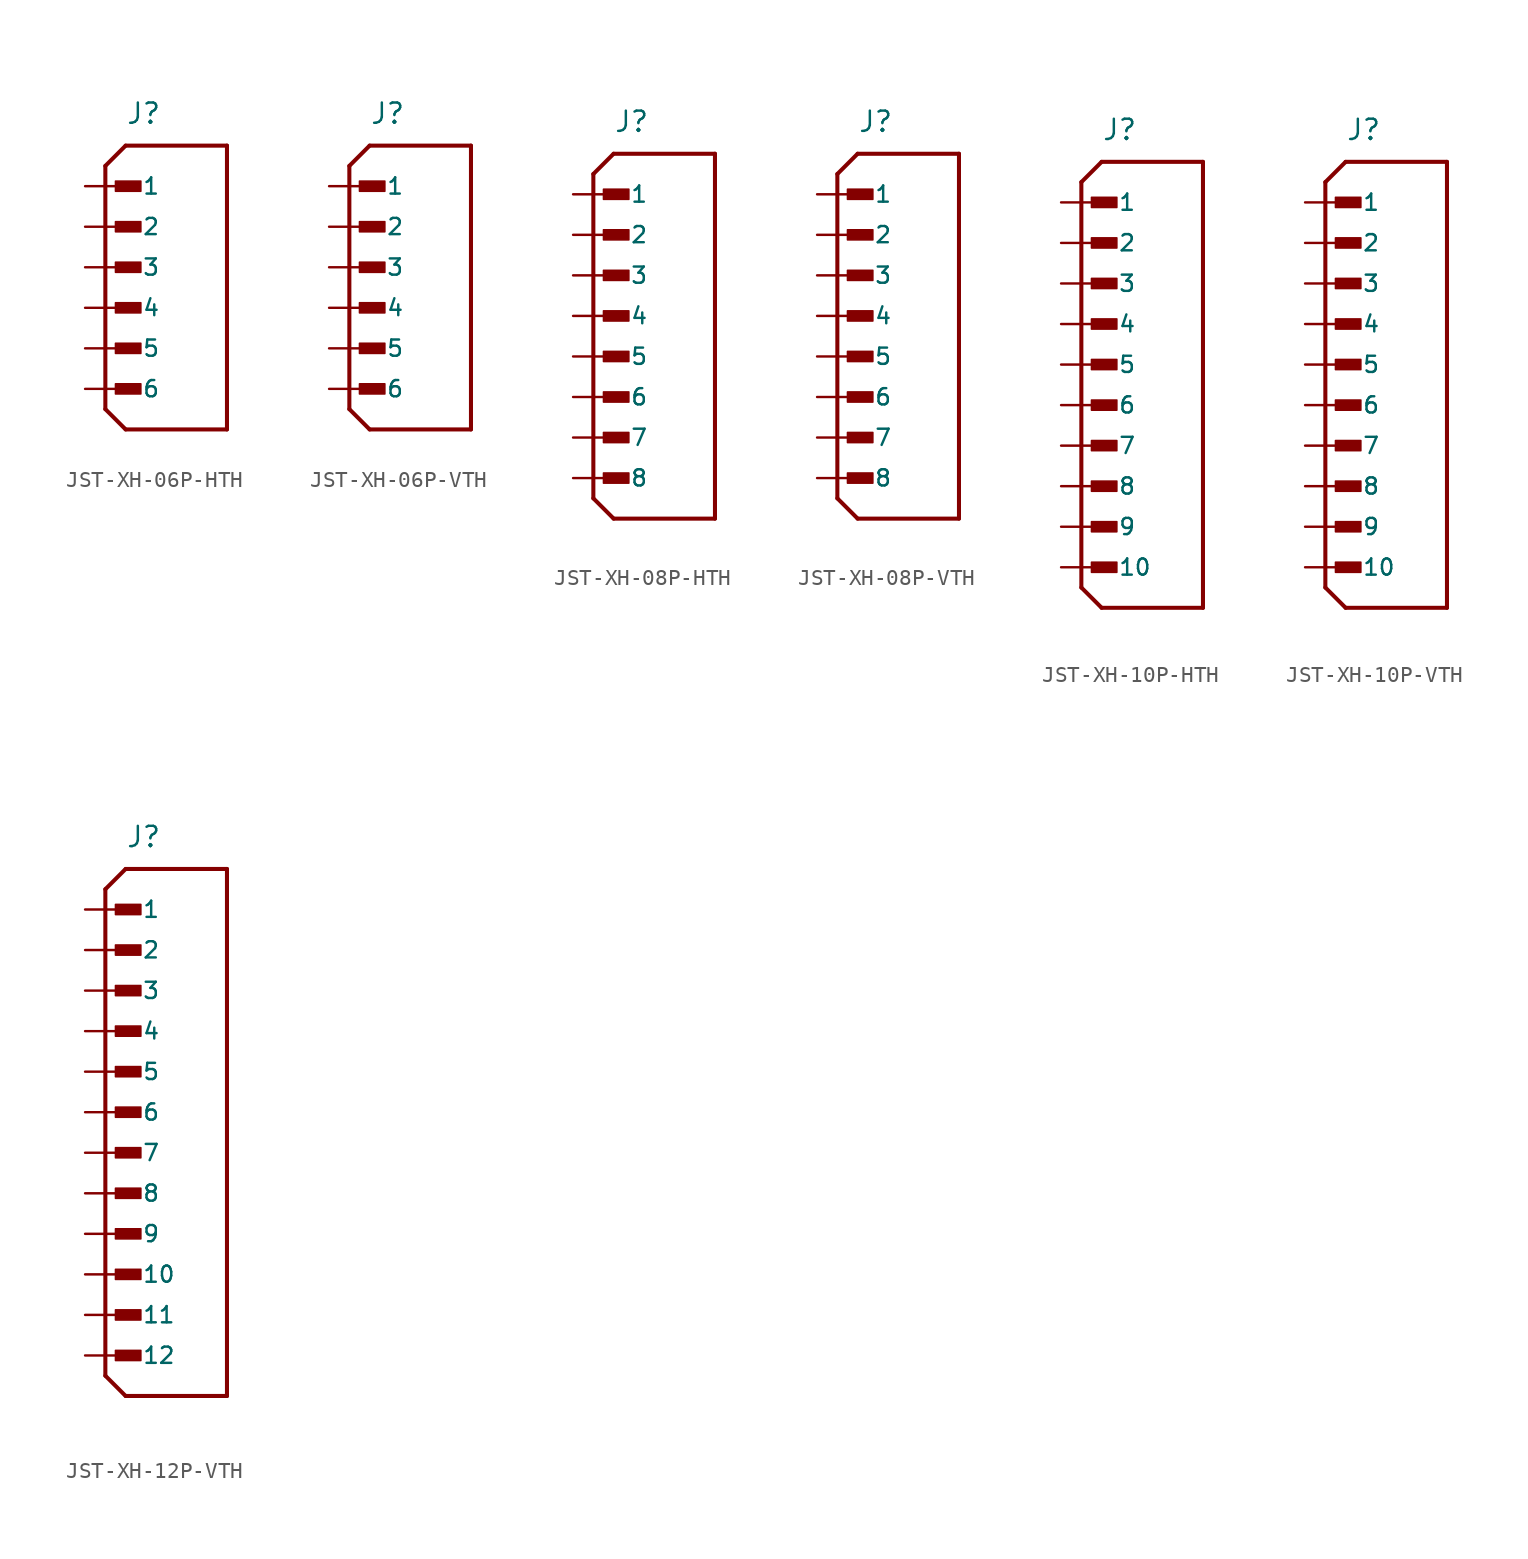
<source format=kicad_sym>
(kicad_symbol_lib
  (version 20231120)
  (generator "kicad_symbol_editor")
  (generator_version "8.0")
  (symbol "JST-XH-06P-HTH"
    (pin_numbers hide)
    (pin_names
      (offset 1.016))
    (property "Reference" "J"
      (at 2.54 3.81 0)
      (effects (font (size 1.27 1.27)) (justify left bottom)))
    (symbol "JST-XH-06P-HTH_0_0"
      (polyline (pts (xy 1.27 -13.97) (xy 2.54 -15.24)) (stroke (width 0.254) (type default)) (fill (type none)))
      (polyline (pts (xy 1.27 1.27) (xy 1.27 -13.97)) (stroke (width 0.254) (type default)) (fill (type none)))
      (polyline (pts (xy 1.27 1.27) (xy 2.54 2.54)) (stroke (width 0.254) (type default)) (fill (type none)))
      (polyline (pts (xy 2.54 -15.24) (xy 8.89 -15.24)) (stroke (width 0.254) (type default)) (fill (type none)))
      (polyline (pts (xy 8.89 -15.24) (xy 8.89 2.54)) (stroke (width 0.254) (type default)) (fill (type none)))
      (polyline (pts (xy 8.89 2.54) (xy 2.54 2.54)) (stroke (width 0.254) (type default)) (fill (type none)))
      (rectangle (start 1.905 -13.018) (end 3.493 -12.383) (stroke (width 0.1) (type default)) (fill (type outline)))
      (rectangle (start 1.905 -10.477) (end 3.493 -9.842) (stroke (width 0.1) (type default)) (fill (type outline)))
      (rectangle (start 1.905 -7.938) (end 3.493 -7.303) (stroke (width 0.1) (type default)) (fill (type outline)))
      (rectangle (start 1.905 -5.397) (end 3.493 -4.763) (stroke (width 0.1) (type default)) (fill (type outline)))
      (rectangle (start 1.905 -2.857) (end 3.493 -2.223) (stroke (width 0.1) (type default)) (fill (type outline)))
      (rectangle (start 1.905 -0.318) (end 3.493 0.318) (stroke (width 0.1) (type default)) (fill (type outline)))
      (pin passive line (at 0 0 0) (length 2.54) (name "1" (effects (font (size 1.016 1.016)))) (number "1" (effects (font (size 1.016 1.016)))))
      (pin passive line (at 0 -2.54 0) (length 2.54) (name "2" (effects (font (size 1.016 1.016)))) (number "2" (effects (font (size 1.016 1.016)))))
      (pin passive line (at 0 -5.08 0) (length 2.54) (name "3" (effects (font (size 1.016 1.016)))) (number "3" (effects (font (size 1.016 1.016)))))
      (pin passive line (at 0 -7.62 0) (length 2.54) (name "4" (effects (font (size 1.016 1.016)))) (number "4" (effects (font (size 1.016 1.016)))))
      (pin passive line (at 0 -10.16 0) (length 2.54) (name "5" (effects (font (size 1.016 1.016)))) (number "5" (effects (font (size 1.016 1.016)))))
      (pin passive line (at 0 -12.7 0) (length 2.54) (name "6" (effects (font (size 1.016 1.016)))) (number "6" (effects (font (size 1.016 1.016)))))))
  (symbol "JST-XH-06P-VTH"
    (pin_numbers hide)
    (pin_names
      (offset 1.016))
    (property "Reference" "J"
      (at 2.54 3.81 0)
      (effects (font (size 1.27 1.27)) (justify left bottom)))
    (symbol "JST-XH-06P-VTH_0_0"
      (polyline (pts (xy 1.27 -13.97) (xy 2.54 -15.24)) (stroke (width 0.254) (type default)) (fill (type none)))
      (polyline (pts (xy 1.27 1.27) (xy 1.27 -13.97)) (stroke (width 0.254) (type default)) (fill (type none)))
      (polyline (pts (xy 1.27 1.27) (xy 2.54 2.54)) (stroke (width 0.254) (type default)) (fill (type none)))
      (polyline (pts (xy 2.54 -15.24) (xy 8.89 -15.24)) (stroke (width 0.254) (type default)) (fill (type none)))
      (polyline (pts (xy 8.89 -15.24) (xy 8.89 2.54)) (stroke (width 0.254) (type default)) (fill (type none)))
      (polyline (pts (xy 8.89 2.54) (xy 2.54 2.54)) (stroke (width 0.254) (type default)) (fill (type none)))
      (rectangle (start 1.905 -13.018) (end 3.493 -12.383) (stroke (width 0.1) (type default)) (fill (type outline)))
      (rectangle (start 1.905 -10.477) (end 3.493 -9.842) (stroke (width 0.1) (type default)) (fill (type outline)))
      (rectangle (start 1.905 -7.938) (end 3.493 -7.303) (stroke (width 0.1) (type default)) (fill (type outline)))
      (rectangle (start 1.905 -5.397) (end 3.493 -4.763) (stroke (width 0.1) (type default)) (fill (type outline)))
      (rectangle (start 1.905 -2.857) (end 3.493 -2.223) (stroke (width 0.1) (type default)) (fill (type outline)))
      (rectangle (start 1.905 -0.318) (end 3.493 0.318) (stroke (width 0.1) (type default)) (fill (type outline)))
      (pin passive line (at 0 0 0) (length 2.54) (name "1" (effects (font (size 1.016 1.016)))) (number "1" (effects (font (size 1.016 1.016)))))
      (pin passive line (at 0 -2.54 0) (length 2.54) (name "2" (effects (font (size 1.016 1.016)))) (number "2" (effects (font (size 1.016 1.016)))))
      (pin passive line (at 0 -5.08 0) (length 2.54) (name "3" (effects (font (size 1.016 1.016)))) (number "3" (effects (font (size 1.016 1.016)))))
      (pin passive line (at 0 -7.62 0) (length 2.54) (name "4" (effects (font (size 1.016 1.016)))) (number "4" (effects (font (size 1.016 1.016)))))
      (pin passive line (at 0 -10.16 0) (length 2.54) (name "5" (effects (font (size 1.016 1.016)))) (number "5" (effects (font (size 1.016 1.016)))))
      (pin passive line (at 0 -12.7 0) (length 2.54) (name "6" (effects (font (size 1.016 1.016)))) (number "6" (effects (font (size 1.016 1.016)))))))
  (symbol "JST-XH-08P-HTH"
    (pin_numbers hide)
    (pin_names
      (offset 1.016))
    (property "Reference" "J"
      (at 2.54 3.81 0)
      (effects (font (size 1.27 1.27)) (justify left bottom)))
    (symbol "JST-XH-08P-HTH_0_0"
      (polyline (pts (xy 1.27 -19.05) (xy 2.54 -20.32)) (stroke (width 0.254) (type default)) (fill (type none)))
      (polyline (pts (xy 1.27 1.27) (xy 1.27 -19.05)) (stroke (width 0.254) (type default)) (fill (type none)))
      (polyline (pts (xy 1.27 1.27) (xy 2.54 2.54)) (stroke (width 0.254) (type default)) (fill (type none)))
      (polyline (pts (xy 2.54 -20.32) (xy 8.89 -20.32)) (stroke (width 0.254) (type default)) (fill (type none)))
      (polyline (pts (xy 8.89 -20.32) (xy 8.89 2.54)) (stroke (width 0.254) (type default)) (fill (type none)))
      (polyline (pts (xy 8.89 2.54) (xy 2.54 2.54)) (stroke (width 0.254) (type default)) (fill (type none)))
      (rectangle (start 1.905 -18.098) (end 3.493 -17.462) (stroke (width 0.1) (type default)) (fill (type outline)))
      (rectangle (start 1.905 -15.557) (end 3.493 -14.922) (stroke (width 0.1) (type default)) (fill (type outline)))
      (rectangle (start 1.905 -13.018) (end 3.493 -12.383) (stroke (width 0.1) (type default)) (fill (type outline)))
      (rectangle (start 1.905 -10.477) (end 3.493 -9.842) (stroke (width 0.1) (type default)) (fill (type outline)))
      (rectangle (start 1.905 -7.938) (end 3.493 -7.303) (stroke (width 0.1) (type default)) (fill (type outline)))
      (rectangle (start 1.905 -5.397) (end 3.493 -4.763) (stroke (width 0.1) (type default)) (fill (type outline)))
      (rectangle (start 1.905 -2.857) (end 3.493 -2.223) (stroke (width 0.1) (type default)) (fill (type outline)))
      (rectangle (start 1.905 -0.318) (end 3.493 0.318) (stroke (width 0.1) (type default)) (fill (type outline)))
      (pin passive line (at 0 0 0) (length 2.54) (name "1" (effects (font (size 1.016 1.016)))) (number "1" (effects (font (size 1.016 1.016)))))
      (pin passive line (at 0 -2.54 0) (length 2.54) (name "2" (effects (font (size 1.016 1.016)))) (number "2" (effects (font (size 1.016 1.016)))))
      (pin passive line (at 0 -5.08 0) (length 2.54) (name "3" (effects (font (size 1.016 1.016)))) (number "3" (effects (font (size 1.016 1.016)))))
      (pin passive line (at 0 -7.62 0) (length 2.54) (name "4" (effects (font (size 1.016 1.016)))) (number "4" (effects (font (size 1.016 1.016)))))
      (pin passive line (at 0 -10.16 0) (length 2.54) (name "5" (effects (font (size 1.016 1.016)))) (number "5" (effects (font (size 1.016 1.016)))))
      (pin passive line (at 0 -12.7 0) (length 2.54) (name "6" (effects (font (size 1.016 1.016)))) (number "6" (effects (font (size 1.016 1.016)))))
      (pin passive line (at 0 -15.24 0) (length 2.54) (name "7" (effects (font (size 1.016 1.016)))) (number "7" (effects (font (size 1.016 1.016)))))
      (pin passive line (at 0 -17.78 0) (length 2.54) (name "8" (effects (font (size 1.016 1.016)))) (number "8" (effects (font (size 1.016 1.016)))))))
  (symbol "JST-XH-08P-VTH"
    (pin_numbers hide)
    (pin_names
      (offset 1.016))
    (property "Reference" "J"
      (at 2.54 3.81 0)
      (effects (font (size 1.27 1.27)) (justify left bottom)))
    (symbol "JST-XH-08P-VTH_0_0"
      (polyline (pts (xy 1.27 -19.05) (xy 2.54 -20.32)) (stroke (width 0.254) (type default)) (fill (type none)))
      (polyline (pts (xy 1.27 1.27) (xy 1.27 -19.05)) (stroke (width 0.254) (type default)) (fill (type none)))
      (polyline (pts (xy 1.27 1.27) (xy 2.54 2.54)) (stroke (width 0.254) (type default)) (fill (type none)))
      (polyline (pts (xy 2.54 -20.32) (xy 8.89 -20.32)) (stroke (width 0.254) (type default)) (fill (type none)))
      (polyline (pts (xy 8.89 -20.32) (xy 8.89 2.54)) (stroke (width 0.254) (type default)) (fill (type none)))
      (polyline (pts (xy 8.89 2.54) (xy 2.54 2.54)) (stroke (width 0.254) (type default)) (fill (type none)))
      (rectangle (start 1.905 -18.098) (end 3.493 -17.462) (stroke (width 0.1) (type default)) (fill (type outline)))
      (rectangle (start 1.905 -15.557) (end 3.493 -14.922) (stroke (width 0.1) (type default)) (fill (type outline)))
      (rectangle (start 1.905 -13.018) (end 3.493 -12.383) (stroke (width 0.1) (type default)) (fill (type outline)))
      (rectangle (start 1.905 -10.477) (end 3.493 -9.842) (stroke (width 0.1) (type default)) (fill (type outline)))
      (rectangle (start 1.905 -7.938) (end 3.493 -7.303) (stroke (width 0.1) (type default)) (fill (type outline)))
      (rectangle (start 1.905 -5.397) (end 3.493 -4.763) (stroke (width 0.1) (type default)) (fill (type outline)))
      (rectangle (start 1.905 -2.857) (end 3.493 -2.223) (stroke (width 0.1) (type default)) (fill (type outline)))
      (rectangle (start 1.905 -0.318) (end 3.493 0.318) (stroke (width 0.1) (type default)) (fill (type outline)))
      (pin passive line (at 0 0 0) (length 2.54) (name "1" (effects (font (size 1.016 1.016)))) (number "1" (effects (font (size 1.016 1.016)))))
      (pin passive line (at 0 -2.54 0) (length 2.54) (name "2" (effects (font (size 1.016 1.016)))) (number "2" (effects (font (size 1.016 1.016)))))
      (pin passive line (at 0 -5.08 0) (length 2.54) (name "3" (effects (font (size 1.016 1.016)))) (number "3" (effects (font (size 1.016 1.016)))))
      (pin passive line (at 0 -7.62 0) (length 2.54) (name "4" (effects (font (size 1.016 1.016)))) (number "4" (effects (font (size 1.016 1.016)))))
      (pin passive line (at 0 -10.16 0) (length 2.54) (name "5" (effects (font (size 1.016 1.016)))) (number "5" (effects (font (size 1.016 1.016)))))
      (pin passive line (at 0 -12.7 0) (length 2.54) (name "6" (effects (font (size 1.016 1.016)))) (number "6" (effects (font (size 1.016 1.016)))))
      (pin passive line (at 0 -15.24 0) (length 2.54) (name "7" (effects (font (size 1.016 1.016)))) (number "7" (effects (font (size 1.016 1.016)))))
      (pin passive line (at 0 -17.78 0) (length 2.54) (name "8" (effects (font (size 1.016 1.016)))) (number "8" (effects (font (size 1.016 1.016)))))))
  (symbol "JST-XH-10P-HTH"
    (pin_numbers hide)
    (pin_names
      (offset 1.016))
    (property "Reference" "J"
      (at 2.54 3.81 0)
      (effects (font (size 1.27 1.27)) (justify left bottom)))
    (symbol "JST-XH-10P-HTH_0_0"
      (polyline (pts (xy 1.27 -24.13) (xy 2.54 -25.4)) (stroke (width 0.254) (type default)) (fill (type none)))
      (polyline (pts (xy 1.27 1.27) (xy 1.27 -24.13)) (stroke (width 0.254) (type default)) (fill (type none)))
      (polyline (pts (xy 1.27 1.27) (xy 2.54 2.54)) (stroke (width 0.254) (type default)) (fill (type none)))
      (polyline (pts (xy 2.54 -25.4) (xy 8.89 -25.4)) (stroke (width 0.254) (type default)) (fill (type none)))
      (polyline (pts (xy 8.89 -25.4) (xy 8.89 2.54)) (stroke (width 0.254) (type default)) (fill (type none)))
      (polyline (pts (xy 8.89 2.54) (xy 2.54 2.54)) (stroke (width 0.254) (type default)) (fill (type none)))
      (rectangle (start 1.905 -23.177) (end 3.493 -22.543) (stroke (width 0.1) (type default)) (fill (type outline)))
      (rectangle (start 1.905 -20.637) (end 3.493 -20.003) (stroke (width 0.1) (type default)) (fill (type outline)))
      (rectangle (start 1.905 -18.098) (end 3.493 -17.462) (stroke (width 0.1) (type default)) (fill (type outline)))
      (rectangle (start 1.905 -15.557) (end 3.493 -14.922) (stroke (width 0.1) (type default)) (fill (type outline)))
      (rectangle (start 1.905 -13.018) (end 3.493 -12.383) (stroke (width 0.1) (type default)) (fill (type outline)))
      (rectangle (start 1.905 -10.477) (end 3.493 -9.842) (stroke (width 0.1) (type default)) (fill (type outline)))
      (rectangle (start 1.905 -7.938) (end 3.493 -7.303) (stroke (width 0.1) (type default)) (fill (type outline)))
      (rectangle (start 1.905 -5.397) (end 3.493 -4.763) (stroke (width 0.1) (type default)) (fill (type outline)))
      (rectangle (start 1.905 -2.857) (end 3.493 -2.223) (stroke (width 0.1) (type default)) (fill (type outline)))
      (rectangle (start 1.905 -0.318) (end 3.493 0.318) (stroke (width 0.1) (type default)) (fill (type outline)))
      (pin passive line (at 0 0 0) (length 2.54) (name "1" (effects (font (size 1.016 1.016)))) (number "1" (effects (font (size 1.016 1.016)))))
      (pin passive line (at 0 -22.86 0) (length 2.54) (name "10" (effects (font (size 1.016 1.016)))) (number "10" (effects (font (size 1.016 1.016)))))
      (pin passive line (at 0 -2.54 0) (length 2.54) (name "2" (effects (font (size 1.016 1.016)))) (number "2" (effects (font (size 1.016 1.016)))))
      (pin passive line (at 0 -5.08 0) (length 2.54) (name "3" (effects (font (size 1.016 1.016)))) (number "3" (effects (font (size 1.016 1.016)))))
      (pin passive line (at 0 -7.62 0) (length 2.54) (name "4" (effects (font (size 1.016 1.016)))) (number "4" (effects (font (size 1.016 1.016)))))
      (pin passive line (at 0 -10.16 0) (length 2.54) (name "5" (effects (font (size 1.016 1.016)))) (number "5" (effects (font (size 1.016 1.016)))))
      (pin passive line (at 0 -12.7 0) (length 2.54) (name "6" (effects (font (size 1.016 1.016)))) (number "6" (effects (font (size 1.016 1.016)))))
      (pin passive line (at 0 -15.24 0) (length 2.54) (name "7" (effects (font (size 1.016 1.016)))) (number "7" (effects (font (size 1.016 1.016)))))
      (pin passive line (at 0 -17.78 0) (length 2.54) (name "8" (effects (font (size 1.016 1.016)))) (number "8" (effects (font (size 1.016 1.016)))))
      (pin passive line (at 0 -20.32 0) (length 2.54) (name "9" (effects (font (size 1.016 1.016)))) (number "9" (effects (font (size 1.016 1.016)))))))
  (symbol "JST-XH-10P-VTH"
    (pin_numbers hide)
    (pin_names
      (offset 1.016))
    (property "Reference" "J"
      (at 2.54 3.81 0)
      (effects (font (size 1.27 1.27)) (justify left bottom)))
    (symbol "JST-XH-10P-VTH_0_0"
      (polyline (pts (xy 1.27 -24.13) (xy 2.54 -25.4)) (stroke (width 0.254) (type default)) (fill (type none)))
      (polyline (pts (xy 1.27 1.27) (xy 1.27 -24.13)) (stroke (width 0.254) (type default)) (fill (type none)))
      (polyline (pts (xy 1.27 1.27) (xy 2.54 2.54)) (stroke (width 0.254) (type default)) (fill (type none)))
      (polyline (pts (xy 2.54 -25.4) (xy 8.89 -25.4)) (stroke (width 0.254) (type default)) (fill (type none)))
      (polyline (pts (xy 8.89 -25.4) (xy 8.89 2.54)) (stroke (width 0.254) (type default)) (fill (type none)))
      (polyline (pts (xy 8.89 2.54) (xy 2.54 2.54)) (stroke (width 0.254) (type default)) (fill (type none)))
      (rectangle (start 1.905 -23.177) (end 3.493 -22.543) (stroke (width 0.1) (type default)) (fill (type outline)))
      (rectangle (start 1.905 -20.637) (end 3.493 -20.003) (stroke (width 0.1) (type default)) (fill (type outline)))
      (rectangle (start 1.905 -18.098) (end 3.493 -17.462) (stroke (width 0.1) (type default)) (fill (type outline)))
      (rectangle (start 1.905 -15.557) (end 3.493 -14.922) (stroke (width 0.1) (type default)) (fill (type outline)))
      (rectangle (start 1.905 -13.018) (end 3.493 -12.383) (stroke (width 0.1) (type default)) (fill (type outline)))
      (rectangle (start 1.905 -10.477) (end 3.493 -9.842) (stroke (width 0.1) (type default)) (fill (type outline)))
      (rectangle (start 1.905 -7.938) (end 3.493 -7.303) (stroke (width 0.1) (type default)) (fill (type outline)))
      (rectangle (start 1.905 -5.397) (end 3.493 -4.763) (stroke (width 0.1) (type default)) (fill (type outline)))
      (rectangle (start 1.905 -2.857) (end 3.493 -2.223) (stroke (width 0.1) (type default)) (fill (type outline)))
      (rectangle (start 1.905 -0.318) (end 3.493 0.318) (stroke (width 0.1) (type default)) (fill (type outline)))
      (pin passive line (at 0 0 0) (length 2.54) (name "1" (effects (font (size 1.016 1.016)))) (number "1" (effects (font (size 1.016 1.016)))))
      (pin passive line (at 0 -22.86 0) (length 2.54) (name "10" (effects (font (size 1.016 1.016)))) (number "10" (effects (font (size 1.016 1.016)))))
      (pin passive line (at 0 -2.54 0) (length 2.54) (name "2" (effects (font (size 1.016 1.016)))) (number "2" (effects (font (size 1.016 1.016)))))
      (pin passive line (at 0 -5.08 0) (length 2.54) (name "3" (effects (font (size 1.016 1.016)))) (number "3" (effects (font (size 1.016 1.016)))))
      (pin passive line (at 0 -7.62 0) (length 2.54) (name "4" (effects (font (size 1.016 1.016)))) (number "4" (effects (font (size 1.016 1.016)))))
      (pin passive line (at 0 -10.16 0) (length 2.54) (name "5" (effects (font (size 1.016 1.016)))) (number "5" (effects (font (size 1.016 1.016)))))
      (pin passive line (at 0 -12.7 0) (length 2.54) (name "6" (effects (font (size 1.016 1.016)))) (number "6" (effects (font (size 1.016 1.016)))))
      (pin passive line (at 0 -15.24 0) (length 2.54) (name "7" (effects (font (size 1.016 1.016)))) (number "7" (effects (font (size 1.016 1.016)))))
      (pin passive line (at 0 -17.78 0) (length 2.54) (name "8" (effects (font (size 1.016 1.016)))) (number "8" (effects (font (size 1.016 1.016)))))
      (pin passive line (at 0 -20.32 0) (length 2.54) (name "9" (effects (font (size 1.016 1.016)))) (number "9" (effects (font (size 1.016 1.016)))))))
  (symbol "JST-XH-12P-VTH"
    (pin_numbers hide)
    (pin_names
      (offset 1.016))
    (property "Reference" "J"
      (at 2.54 3.81 0)
      (effects (font (size 1.27 1.27)) (justify left bottom)))
    (symbol "JST-XH-12P-VTH_0_0"
      (polyline (pts (xy 1.27 -29.21) (xy 2.54 -30.48)) (stroke (width 0.254) (type default)) (fill (type none)))
      (polyline (pts (xy 1.27 1.27) (xy 1.27 -29.21)) (stroke (width 0.254) (type default)) (fill (type none)))
      (polyline (pts (xy 1.27 1.27) (xy 2.54 2.54)) (stroke (width 0.254) (type default)) (fill (type none)))
      (polyline (pts (xy 2.54 -30.48) (xy 8.89 -30.48)) (stroke (width 0.254) (type default)) (fill (type none)))
      (polyline (pts (xy 8.89 -30.48) (xy 8.89 2.54)) (stroke (width 0.254) (type default)) (fill (type none)))
      (polyline (pts (xy 8.89 2.54) (xy 2.54 2.54)) (stroke (width 0.254) (type default)) (fill (type none)))
      (rectangle (start 1.905 -28.258) (end 3.493 -27.622) (stroke (width 0.1) (type default)) (fill (type outline)))
      (rectangle (start 1.905 -25.718) (end 3.493 -25.082) (stroke (width 0.1) (type default)) (fill (type outline)))
      (rectangle (start 1.905 -23.177) (end 3.493 -22.543) (stroke (width 0.1) (type default)) (fill (type outline)))
      (rectangle (start 1.905 -20.637) (end 3.493 -20.003) (stroke (width 0.1) (type default)) (fill (type outline)))
      (rectangle (start 1.905 -18.098) (end 3.493 -17.462) (stroke (width 0.1) (type default)) (fill (type outline)))
      (rectangle (start 1.905 -15.557) (end 3.493 -14.922) (stroke (width 0.1) (type default)) (fill (type outline)))
      (rectangle (start 1.905 -13.018) (end 3.493 -12.383) (stroke (width 0.1) (type default)) (fill (type outline)))
      (rectangle (start 1.905 -10.477) (end 3.493 -9.842) (stroke (width 0.1) (type default)) (fill (type outline)))
      (rectangle (start 1.905 -7.938) (end 3.493 -7.303) (stroke (width 0.1) (type default)) (fill (type outline)))
      (rectangle (start 1.905 -5.397) (end 3.493 -4.763) (stroke (width 0.1) (type default)) (fill (type outline)))
      (rectangle (start 1.905 -2.857) (end 3.493 -2.223) (stroke (width 0.1) (type default)) (fill (type outline)))
      (rectangle (start 1.905 -0.318) (end 3.493 0.318) (stroke (width 0.1) (type default)) (fill (type outline)))
      (pin passive line (at 0 0 0) (length 2.54) (name "1" (effects (font (size 1.016 1.016)))) (number "1" (effects (font (size 1.016 1.016)))))
      (pin passive line (at 0 -22.86 0) (length 2.54) (name "10" (effects (font (size 1.016 1.016)))) (number "10" (effects (font (size 1.016 1.016)))))
      (pin passive line (at 0 -25.4 0) (length 2.54) (name "11" (effects (font (size 1.016 1.016)))) (number "11" (effects (font (size 1.016 1.016)))))
      (pin passive line (at 0 -27.94 0) (length 2.54) (name "12" (effects (font (size 1.016 1.016)))) (number "12" (effects (font (size 1.016 1.016)))))
      (pin passive line (at 0 -2.54 0) (length 2.54) (name "2" (effects (font (size 1.016 1.016)))) (number "2" (effects (font (size 1.016 1.016)))))
      (pin passive line (at 0 -5.08 0) (length 2.54) (name "3" (effects (font (size 1.016 1.016)))) (number "3" (effects (font (size 1.016 1.016)))))
      (pin passive line (at 0 -7.62 0) (length 2.54) (name "4" (effects (font (size 1.016 1.016)))) (number "4" (effects (font (size 1.016 1.016)))))
      (pin passive line (at 0 -10.16 0) (length 2.54) (name "5" (effects (font (size 1.016 1.016)))) (number "5" (effects (font (size 1.016 1.016)))))
      (pin passive line (at 0 -12.7 0) (length 2.54) (name "6" (effects (font (size 1.016 1.016)))) (number "6" (effects (font (size 1.016 1.016)))))
      (pin passive line (at 0 -15.24 0) (length 2.54) (name "7" (effects (font (size 1.016 1.016)))) (number "7" (effects (font (size 1.016 1.016)))))
      (pin passive line (at 0 -17.78 0) (length 2.54) (name "8" (effects (font (size 1.016 1.016)))) (number "8" (effects (font (size 1.016 1.016)))))
      (pin passive line (at 0 -20.32 0) (length 2.54) (name "9" (effects (font (size 1.016 1.016)))) (number "9" (effects (font (size 1.016 1.016))))))))
</source>
